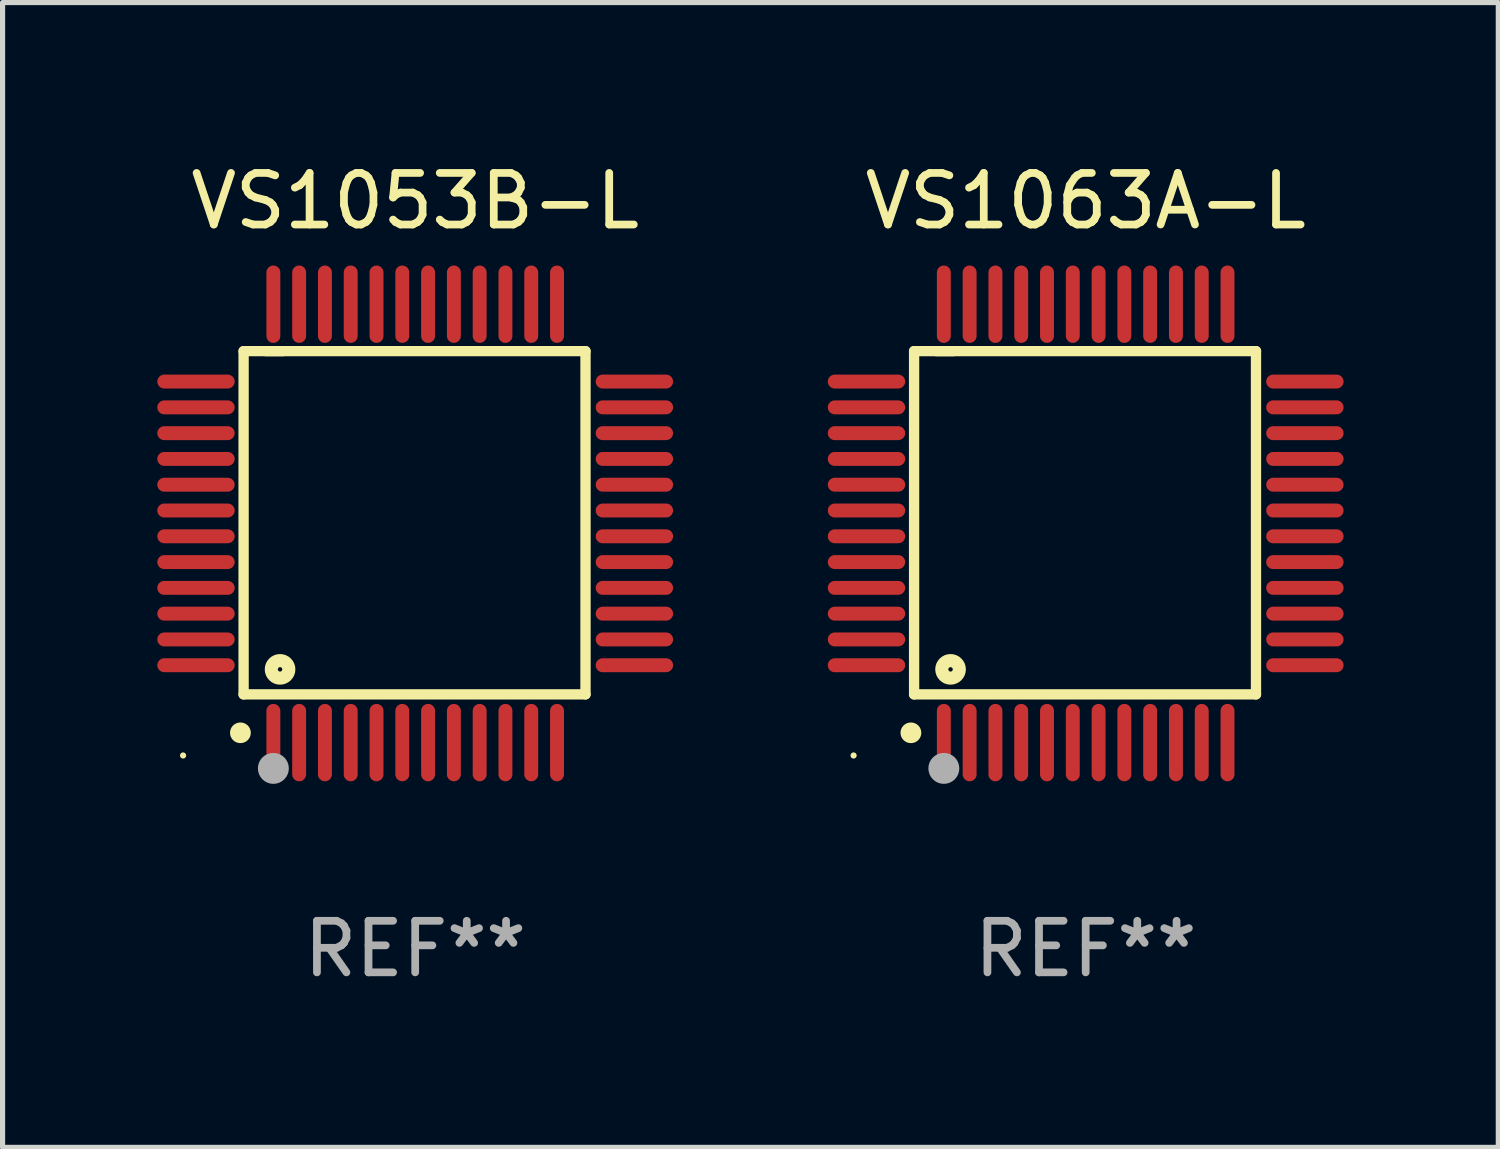
<source format=kicad_pcb>
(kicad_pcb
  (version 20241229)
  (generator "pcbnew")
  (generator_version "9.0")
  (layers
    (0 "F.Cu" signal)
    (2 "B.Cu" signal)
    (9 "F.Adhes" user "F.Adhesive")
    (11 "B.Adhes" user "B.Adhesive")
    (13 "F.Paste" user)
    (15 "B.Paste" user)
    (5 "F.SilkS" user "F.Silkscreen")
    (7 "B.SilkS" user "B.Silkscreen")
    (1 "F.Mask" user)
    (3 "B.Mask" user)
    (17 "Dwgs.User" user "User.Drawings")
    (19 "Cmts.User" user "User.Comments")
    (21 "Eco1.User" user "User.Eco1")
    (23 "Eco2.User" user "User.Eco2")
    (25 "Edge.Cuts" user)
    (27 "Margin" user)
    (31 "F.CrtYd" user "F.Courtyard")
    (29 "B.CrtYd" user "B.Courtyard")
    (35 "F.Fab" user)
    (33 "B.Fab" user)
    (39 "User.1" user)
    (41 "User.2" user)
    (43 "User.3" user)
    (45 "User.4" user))
  (footprint "VS1053B-L"
    (layer "F.Cu")
    (at 5 7.098)
    (property "Reference" "VS1053B-L" (at 0 -6.25 0) (layer "F.SilkS") (effects (font (size 1 1) (thickness 0.15))))
    (attr through_hole)
    (fp_line (start -3.327 -3.34) (end -2.565 -3.34) (stroke (width 0.2) (type solid)) (layer "F.SilkS"))
    (fp_line (start -3.327 3.315) (end -3.327 -3.34) (stroke (width 0.2) (type solid)) (layer "F.SilkS"))
    (fp_line (start -2.896 -3.34) (end 3.302 -3.34) (stroke (width 0.2) (type solid)) (layer "F.SilkS"))
    (fp_line (start 3.302 -3.34) (end 3.302 3.315) (stroke (width 0.2) (type solid)) (layer "F.SilkS"))
    (fp_line (start 3.302 3.315) (end -3.327 3.315) (stroke (width 0.2) (type solid)) (layer "F.SilkS"))
    (fp_arc (start -3.389992 4.059995) (mid -3.388722 4.059991) (end -3.387452 4.059995) (stroke (width 0.4) (type solid)) (layer "F.SilkS"))
    (fp_circle (center -4.5 4.5) (end -4.47 4.5) (stroke (width 0.06) (type solid)) (fill no) (layer "F.SilkS"))
    (fp_circle (center -2.62 2.83) (end -2.45 2.83) (stroke (width 0.254) (type solid)) (fill no) (layer "F.SilkS"))
    (fp_circle (center -2.75 4.75) (end -2.6 4.75) (stroke (width 0.3) (type solid)) (fill no) (layer "F.Fab"))
    (fp_text user "REF**" (at 0 8.25 0) (layer "F.Fab") (effects (font (size 1 1) (thickness 0.15))))
    (pad "1" smd oval (at -2.75 4.25) (size 0.27 1.5) (layers "F.Cu" "F.Mask" "F.Paste"))
    (pad "2" smd oval (at -2.25 4.25) (size 0.27 1.5) (layers "F.Cu" "F.Mask" "F.Paste"))
    (pad "3" smd oval (at -1.75 4.25) (size 0.27 1.5) (layers "F.Cu" "F.Mask" "F.Paste"))
    (pad "4" smd oval (at -1.25 4.25) (size 0.27 1.5) (layers "F.Cu" "F.Mask" "F.Paste"))
    (pad "5" smd oval (at -0.75 4.25) (size 0.27 1.5) (layers "F.Cu" "F.Mask" "F.Paste"))
    (pad "6" smd oval (at -0.25 4.25) (size 0.27 1.5) (layers "F.Cu" "F.Mask" "F.Paste"))
    (pad "7" smd oval (at 0.25 4.25) (size 0.27 1.5) (layers "F.Cu" "F.Mask" "F.Paste"))
    (pad "8" smd oval (at 0.75 4.25) (size 0.27 1.5) (layers "F.Cu" "F.Mask" "F.Paste"))
    (pad "9" smd oval (at 1.25 4.25) (size 0.27 1.5) (layers "F.Cu" "F.Mask" "F.Paste"))
    (pad "10" smd oval (at 1.75 4.25) (size 0.27 1.5) (layers "F.Cu" "F.Mask" "F.Paste"))
    (pad "11" smd oval (at 2.25 4.25) (size 0.27 1.5) (layers "F.Cu" "F.Mask" "F.Paste"))
    (pad "12" smd oval (at 2.75 4.25) (size 0.27 1.5) (layers "F.Cu" "F.Mask" "F.Paste"))
    (pad "13" smd oval (at 4.25 2.75) (size 1.5 0.27) (layers "F.Cu" "F.Mask" "F.Paste"))
    (pad "14" smd oval (at 4.25 2.25) (size 1.5 0.27) (layers "F.Cu" "F.Mask" "F.Paste"))
    (pad "15" smd oval (at 4.25 1.75) (size 1.5 0.27) (layers "F.Cu" "F.Mask" "F.Paste"))
    (pad "16" smd oval (at 4.25 1.25) (size 1.5 0.27) (layers "F.Cu" "F.Mask" "F.Paste"))
    (pad "17" smd oval (at 4.25 0.75) (size 1.5 0.27) (layers "F.Cu" "F.Mask" "F.Paste"))
    (pad "18" smd oval (at 4.25 0.25) (size 1.5 0.27) (layers "F.Cu" "F.Mask" "F.Paste"))
    (pad "19" smd oval (at 4.25 -0.25) (size 1.5 0.27) (layers "F.Cu" "F.Mask" "F.Paste"))
    (pad "20" smd oval (at 4.25 -0.75) (size 1.5 0.27) (layers "F.Cu" "F.Mask" "F.Paste"))
    (pad "21" smd oval (at 4.25 -1.25) (size 1.5 0.27) (layers "F.Cu" "F.Mask" "F.Paste"))
    (pad "22" smd oval (at 4.25 -1.75) (size 1.5 0.27) (layers "F.Cu" "F.Mask" "F.Paste"))
    (pad "23" smd oval (at 4.25 -2.25) (size 1.5 0.27) (layers "F.Cu" "F.Mask" "F.Paste"))
    (pad "24" smd oval (at 4.25 -2.75) (size 1.5 0.27) (layers "F.Cu" "F.Mask" "F.Paste"))
    (pad "25" smd oval (at 2.75 -4.25) (size 0.27 1.5) (layers "F.Cu" "F.Mask" "F.Paste"))
    (pad "26" smd oval (at 2.25 -4.25) (size 0.27 1.5) (layers "F.Cu" "F.Mask" "F.Paste"))
    (pad "27" smd oval (at 1.75 -4.25) (size 0.27 1.5) (layers "F.Cu" "F.Mask" "F.Paste"))
    (pad "28" smd oval (at 1.25 -4.25) (size 0.27 1.5) (layers "F.Cu" "F.Mask" "F.Paste"))
    (pad "29" smd oval (at 0.75 -4.25) (size 0.27 1.5) (layers "F.Cu" "F.Mask" "F.Paste"))
    (pad "30" smd oval (at 0.25 -4.25) (size 0.27 1.5) (layers "F.Cu" "F.Mask" "F.Paste"))
    (pad "31" smd oval (at -0.25 -4.25) (size 0.27 1.5) (layers "F.Cu" "F.Mask" "F.Paste"))
    (pad "32" smd oval (at -0.75 -4.25) (size 0.27 1.5) (layers "F.Cu" "F.Mask" "F.Paste"))
    (pad "33" smd oval (at -1.25 -4.25) (size 0.27 1.5) (layers "F.Cu" "F.Mask" "F.Paste"))
    (pad "34" smd oval (at -1.75 -4.25) (size 0.27 1.5) (layers "F.Cu" "F.Mask" "F.Paste"))
    (pad "35" smd oval (at -2.25 -4.25) (size 0.27 1.5) (layers "F.Cu" "F.Mask" "F.Paste"))
    (pad "36" smd oval (at -2.75 -4.25) (size 0.27 1.5) (layers "F.Cu" "F.Mask" "F.Paste"))
    (pad "37" smd oval (at -4.25 -2.75) (size 1.5 0.27) (layers "F.Cu" "F.Mask" "F.Paste"))
    (pad "38" smd oval (at -4.25 -2.25) (size 1.5 0.27) (layers "F.Cu" "F.Mask" "F.Paste"))
    (pad "39" smd oval (at -4.25 -1.75) (size 1.5 0.27) (layers "F.Cu" "F.Mask" "F.Paste"))
    (pad "40" smd oval (at -4.25 -1.25) (size 1.5 0.27) (layers "F.Cu" "F.Mask" "F.Paste"))
    (pad "41" smd oval (at -4.25 -0.75) (size 1.5 0.27) (layers "F.Cu" "F.Mask" "F.Paste"))
    (pad "42" smd oval (at -4.25 -0.25) (size 1.5 0.27) (layers "F.Cu" "F.Mask" "F.Paste"))
    (pad "43" smd oval (at -4.25 0.25) (size 1.5 0.27) (layers "F.Cu" "F.Mask" "F.Paste"))
    (pad "44" smd oval (at -4.25 0.75) (size 1.5 0.27) (layers "F.Cu" "F.Mask" "F.Paste"))
    (pad "45" smd oval (at -4.25 1.25) (size 1.5 0.27) (layers "F.Cu" "F.Mask" "F.Paste"))
    (pad "46" smd oval (at -4.25 1.75) (size 1.5 0.27) (layers "F.Cu" "F.Mask" "F.Paste"))
    (pad "47" smd oval (at -4.25 2.25) (size 1.5 0.27) (layers "F.Cu" "F.Mask" "F.Paste"))
    (pad "48" smd oval (at -4.25 2.75) (size 1.5 0.27) (layers "F.Cu" "F.Mask" "F.Paste")))
  (footprint "VS1063A-L"
    (layer "F.Cu")
    (at 18 7.098)
    (property "Reference" "VS1063A-L" (at 0 -6.25 0) (layer "F.SilkS") (effects (font (size 1 1) (thickness 0.15))))
    (attr through_hole)
    (fp_line (start -3.327 -3.34) (end -2.565 -3.34) (stroke (width 0.2) (type solid)) (layer "F.SilkS"))
    (fp_line (start -3.327 3.315) (end -3.327 -3.34) (stroke (width 0.2) (type solid)) (layer "F.SilkS"))
    (fp_line (start -2.896 -3.34) (end 3.302 -3.34) (stroke (width 0.2) (type solid)) (layer "F.SilkS"))
    (fp_line (start 3.302 -3.34) (end 3.302 3.315) (stroke (width 0.2) (type solid)) (layer "F.SilkS"))
    (fp_line (start 3.302 3.315) (end -3.327 3.315) (stroke (width 0.2) (type solid)) (layer "F.SilkS"))
    (fp_arc (start -3.389992 4.059995) (mid -3.388722 4.059991) (end -3.387452 4.059995) (stroke (width 0.4) (type solid)) (layer "F.SilkS"))
    (fp_circle (center -4.5 4.5) (end -4.47 4.5) (stroke (width 0.06) (type solid)) (fill no) (layer "F.SilkS"))
    (fp_circle (center -2.62 2.83) (end -2.45 2.83) (stroke (width 0.254) (type solid)) (fill no) (layer "F.SilkS"))
    (fp_circle (center -2.75 4.75) (end -2.6 4.75) (stroke (width 0.3) (type solid)) (fill no) (layer "F.Fab"))
    (fp_text user "REF**" (at 0 8.25 0) (layer "F.Fab") (effects (font (size 1 1) (thickness 0.15))))
    (pad "1" smd oval (at -2.75 4.25) (size 0.27 1.5) (layers "F.Cu" "F.Mask" "F.Paste"))
    (pad "2" smd oval (at -2.25 4.25) (size 0.27 1.5) (layers "F.Cu" "F.Mask" "F.Paste"))
    (pad "3" smd oval (at -1.75 4.25) (size 0.27 1.5) (layers "F.Cu" "F.Mask" "F.Paste"))
    (pad "4" smd oval (at -1.25 4.25) (size 0.27 1.5) (layers "F.Cu" "F.Mask" "F.Paste"))
    (pad "5" smd oval (at -0.75 4.25) (size 0.27 1.5) (layers "F.Cu" "F.Mask" "F.Paste"))
    (pad "6" smd oval (at -0.25 4.25) (size 0.27 1.5) (layers "F.Cu" "F.Mask" "F.Paste"))
    (pad "7" smd oval (at 0.25 4.25) (size 0.27 1.5) (layers "F.Cu" "F.Mask" "F.Paste"))
    (pad "8" smd oval (at 0.75 4.25) (size 0.27 1.5) (layers "F.Cu" "F.Mask" "F.Paste"))
    (pad "9" smd oval (at 1.25 4.25) (size 0.27 1.5) (layers "F.Cu" "F.Mask" "F.Paste"))
    (pad "10" smd oval (at 1.75 4.25) (size 0.27 1.5) (layers "F.Cu" "F.Mask" "F.Paste"))
    (pad "11" smd oval (at 2.25 4.25) (size 0.27 1.5) (layers "F.Cu" "F.Mask" "F.Paste"))
    (pad "12" smd oval (at 2.75 4.25) (size 0.27 1.5) (layers "F.Cu" "F.Mask" "F.Paste"))
    (pad "13" smd oval (at 4.25 2.75) (size 1.5 0.27) (layers "F.Cu" "F.Mask" "F.Paste"))
    (pad "14" smd oval (at 4.25 2.25) (size 1.5 0.27) (layers "F.Cu" "F.Mask" "F.Paste"))
    (pad "15" smd oval (at 4.25 1.75) (size 1.5 0.27) (layers "F.Cu" "F.Mask" "F.Paste"))
    (pad "16" smd oval (at 4.25 1.25) (size 1.5 0.27) (layers "F.Cu" "F.Mask" "F.Paste"))
    (pad "17" smd oval (at 4.25 0.75) (size 1.5 0.27) (layers "F.Cu" "F.Mask" "F.Paste"))
    (pad "18" smd oval (at 4.25 0.25) (size 1.5 0.27) (layers "F.Cu" "F.Mask" "F.Paste"))
    (pad "19" smd oval (at 4.25 -0.25) (size 1.5 0.27) (layers "F.Cu" "F.Mask" "F.Paste"))
    (pad "20" smd oval (at 4.25 -0.75) (size 1.5 0.27) (layers "F.Cu" "F.Mask" "F.Paste"))
    (pad "21" smd oval (at 4.25 -1.25) (size 1.5 0.27) (layers "F.Cu" "F.Mask" "F.Paste"))
    (pad "22" smd oval (at 4.25 -1.75) (size 1.5 0.27) (layers "F.Cu" "F.Mask" "F.Paste"))
    (pad "23" smd oval (at 4.25 -2.25) (size 1.5 0.27) (layers "F.Cu" "F.Mask" "F.Paste"))
    (pad "24" smd oval (at 4.25 -2.75) (size 1.5 0.27) (layers "F.Cu" "F.Mask" "F.Paste"))
    (pad "25" smd oval (at 2.75 -4.25) (size 0.27 1.5) (layers "F.Cu" "F.Mask" "F.Paste"))
    (pad "26" smd oval (at 2.25 -4.25) (size 0.27 1.5) (layers "F.Cu" "F.Mask" "F.Paste"))
    (pad "27" smd oval (at 1.75 -4.25) (size 0.27 1.5) (layers "F.Cu" "F.Mask" "F.Paste"))
    (pad "28" smd oval (at 1.25 -4.25) (size 0.27 1.5) (layers "F.Cu" "F.Mask" "F.Paste"))
    (pad "29" smd oval (at 0.75 -4.25) (size 0.27 1.5) (layers "F.Cu" "F.Mask" "F.Paste"))
    (pad "30" smd oval (at 0.25 -4.25) (size 0.27 1.5) (layers "F.Cu" "F.Mask" "F.Paste"))
    (pad "31" smd oval (at -0.25 -4.25) (size 0.27 1.5) (layers "F.Cu" "F.Mask" "F.Paste"))
    (pad "32" smd oval (at -0.75 -4.25) (size 0.27 1.5) (layers "F.Cu" "F.Mask" "F.Paste"))
    (pad "33" smd oval (at -1.25 -4.25) (size 0.27 1.5) (layers "F.Cu" "F.Mask" "F.Paste"))
    (pad "34" smd oval (at -1.75 -4.25) (size 0.27 1.5) (layers "F.Cu" "F.Mask" "F.Paste"))
    (pad "35" smd oval (at -2.25 -4.25) (size 0.27 1.5) (layers "F.Cu" "F.Mask" "F.Paste"))
    (pad "36" smd oval (at -2.75 -4.25) (size 0.27 1.5) (layers "F.Cu" "F.Mask" "F.Paste"))
    (pad "37" smd oval (at -4.25 -2.75) (size 1.5 0.27) (layers "F.Cu" "F.Mask" "F.Paste"))
    (pad "38" smd oval (at -4.25 -2.25) (size 1.5 0.27) (layers "F.Cu" "F.Mask" "F.Paste"))
    (pad "39" smd oval (at -4.25 -1.75) (size 1.5 0.27) (layers "F.Cu" "F.Mask" "F.Paste"))
    (pad "40" smd oval (at -4.25 -1.25) (size 1.5 0.27) (layers "F.Cu" "F.Mask" "F.Paste"))
    (pad "41" smd oval (at -4.25 -0.75) (size 1.5 0.27) (layers "F.Cu" "F.Mask" "F.Paste"))
    (pad "42" smd oval (at -4.25 -0.25) (size 1.5 0.27) (layers "F.Cu" "F.Mask" "F.Paste"))
    (pad "43" smd oval (at -4.25 0.25) (size 1.5 0.27) (layers "F.Cu" "F.Mask" "F.Paste"))
    (pad "44" smd oval (at -4.25 0.75) (size 1.5 0.27) (layers "F.Cu" "F.Mask" "F.Paste"))
    (pad "45" smd oval (at -4.25 1.25) (size 1.5 0.27) (layers "F.Cu" "F.Mask" "F.Paste"))
    (pad "46" smd oval (at -4.25 1.75) (size 1.5 0.27) (layers "F.Cu" "F.Mask" "F.Paste"))
    (pad "47" smd oval (at -4.25 2.25) (size 1.5 0.27) (layers "F.Cu" "F.Mask" "F.Paste"))
    (pad "48" smd oval (at -4.25 2.75) (size 1.5 0.27) (layers "F.Cu" "F.Mask" "F.Paste")))
  (gr_rect
    (start -3 -3)
    (end 26 19.196)
    (stroke (width 0.1) (type default))
    (fill no)
    (layer "Edge.Cuts")))
</source>
